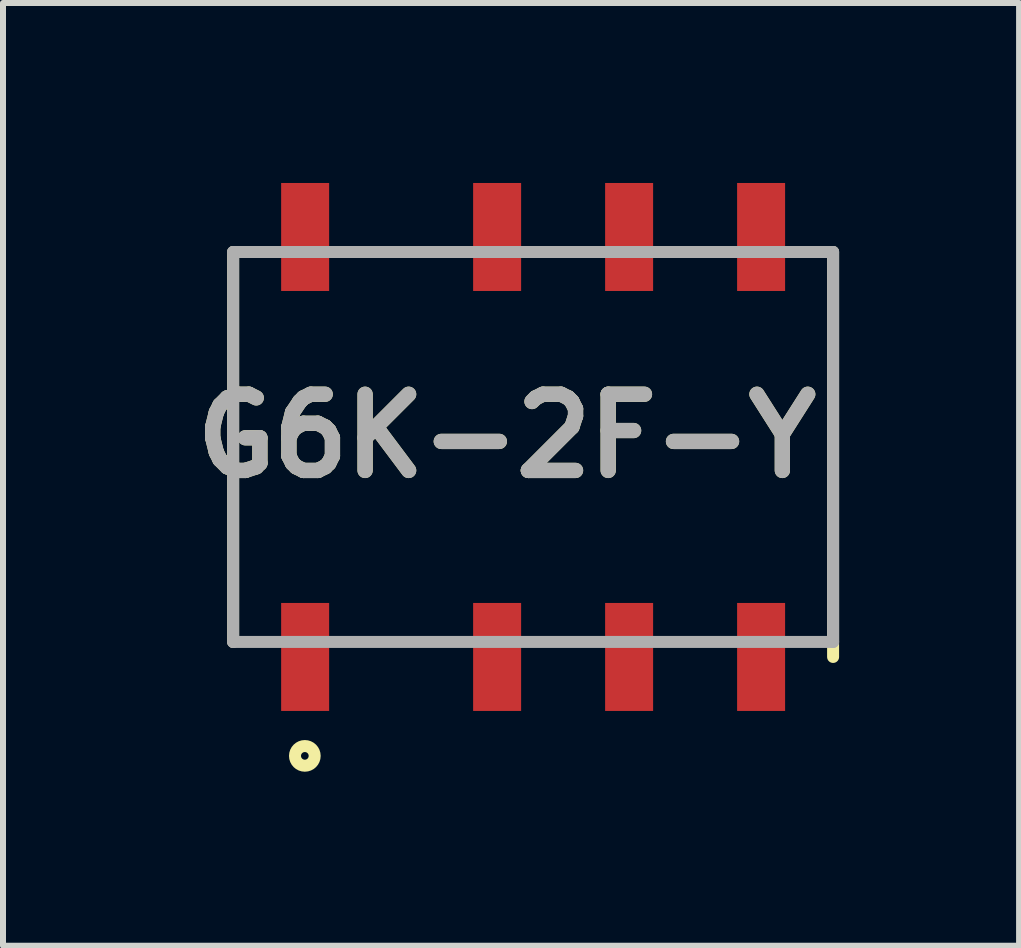
<source format=kicad_pcb>
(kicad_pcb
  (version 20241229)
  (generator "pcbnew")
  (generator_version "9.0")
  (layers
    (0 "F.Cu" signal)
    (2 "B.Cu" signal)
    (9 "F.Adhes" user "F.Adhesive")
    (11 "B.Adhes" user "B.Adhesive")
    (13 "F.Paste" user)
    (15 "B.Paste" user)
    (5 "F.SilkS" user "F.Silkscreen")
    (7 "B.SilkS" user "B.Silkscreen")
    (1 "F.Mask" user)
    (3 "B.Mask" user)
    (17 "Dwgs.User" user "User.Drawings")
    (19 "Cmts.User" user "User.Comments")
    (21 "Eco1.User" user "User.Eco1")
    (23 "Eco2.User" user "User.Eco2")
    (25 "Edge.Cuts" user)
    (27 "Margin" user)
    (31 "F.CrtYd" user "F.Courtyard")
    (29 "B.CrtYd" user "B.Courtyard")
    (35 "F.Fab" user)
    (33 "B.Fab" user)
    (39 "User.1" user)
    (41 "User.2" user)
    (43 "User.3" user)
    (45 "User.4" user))
  (footprint "G6K-2F-Y"
    (layer "F.Cu")
    (at 0.836 4.4)
    (property "Reference" "G6K-2F-Y" (at 4.558 -0.183 0) (layer "F.SilkS") (effects (font (size 1.27 1.27) (thickness 0.254))))
    (attr smd)
    (fp_line (start 0 -3.25) (end 0 3.25) (stroke (width 0.2) (type solid)) (layer "F.SilkS"))
    (fp_line (start 10 -3.25) (end 10 3.5) (stroke (width 0.2) (type solid)) (layer "F.SilkS"))
    (fp_circle (center 1.195 5.149) (end 1.195 5.213) (stroke (width 0.2) (type solid)) (fill no) (layer "F.SilkS"))
    (fp_line (start 0 -3.25) (end 10 -3.25) (stroke (width 0.2) (type solid)) (layer "F.Fab"))
    (fp_line (start 0 3.25) (end 0 -3.25) (stroke (width 0.2) (type solid)) (layer "F.Fab"))
    (fp_line (start 10 -3.25) (end 10 3.25) (stroke (width 0.2) (type solid)) (layer "F.Fab"))
    (fp_line (start 10 3.25) (end 0 3.25) (stroke (width 0.2) (type solid)) (layer "F.Fab"))
    (fp_text user "${REFERENCE}" (at 4.558 -0.183 0) (layer "F.Fab") (effects (font (size 1.27 1.27) (thickness 0.254))))
    (pad "1" smd rect (at 1.2 3.5) (size 0.8 1.8) (layers "F.Cu" "F.Mask" "F.Paste"))
    (pad "2" smd rect (at 4.4 3.5) (size 0.8 1.8) (layers "F.Cu" "F.Mask" "F.Paste"))
    (pad "3" smd rect (at 6.6 3.5) (size 0.8 1.8) (layers "F.Cu" "F.Mask" "F.Paste"))
    (pad "4" smd rect (at 8.8 3.5) (size 0.8 1.8) (layers "F.Cu" "F.Mask" "F.Paste"))
    (pad "5" smd rect (at 8.8 -3.5) (size 0.8 1.8) (layers "F.Cu" "F.Mask" "F.Paste"))
    (pad "6" smd rect (at 6.6 -3.5) (size 0.8 1.8) (layers "F.Cu" "F.Mask" "F.Paste"))
    (pad "7" smd rect (at 4.4 -3.5) (size 0.8 1.8) (layers "F.Cu" "F.Mask" "F.Paste"))
    (pad "8" smd rect (at 1.2 -3.5) (size 0.8 1.8) (layers "F.Cu" "F.Mask" "F.Paste")))
  (gr_rect
    (start -3 -3)
    (end 13.936 12.713)
    (stroke (width 0.1) (type default))
    (fill no)
    (layer "Edge.Cuts")))
</source>
